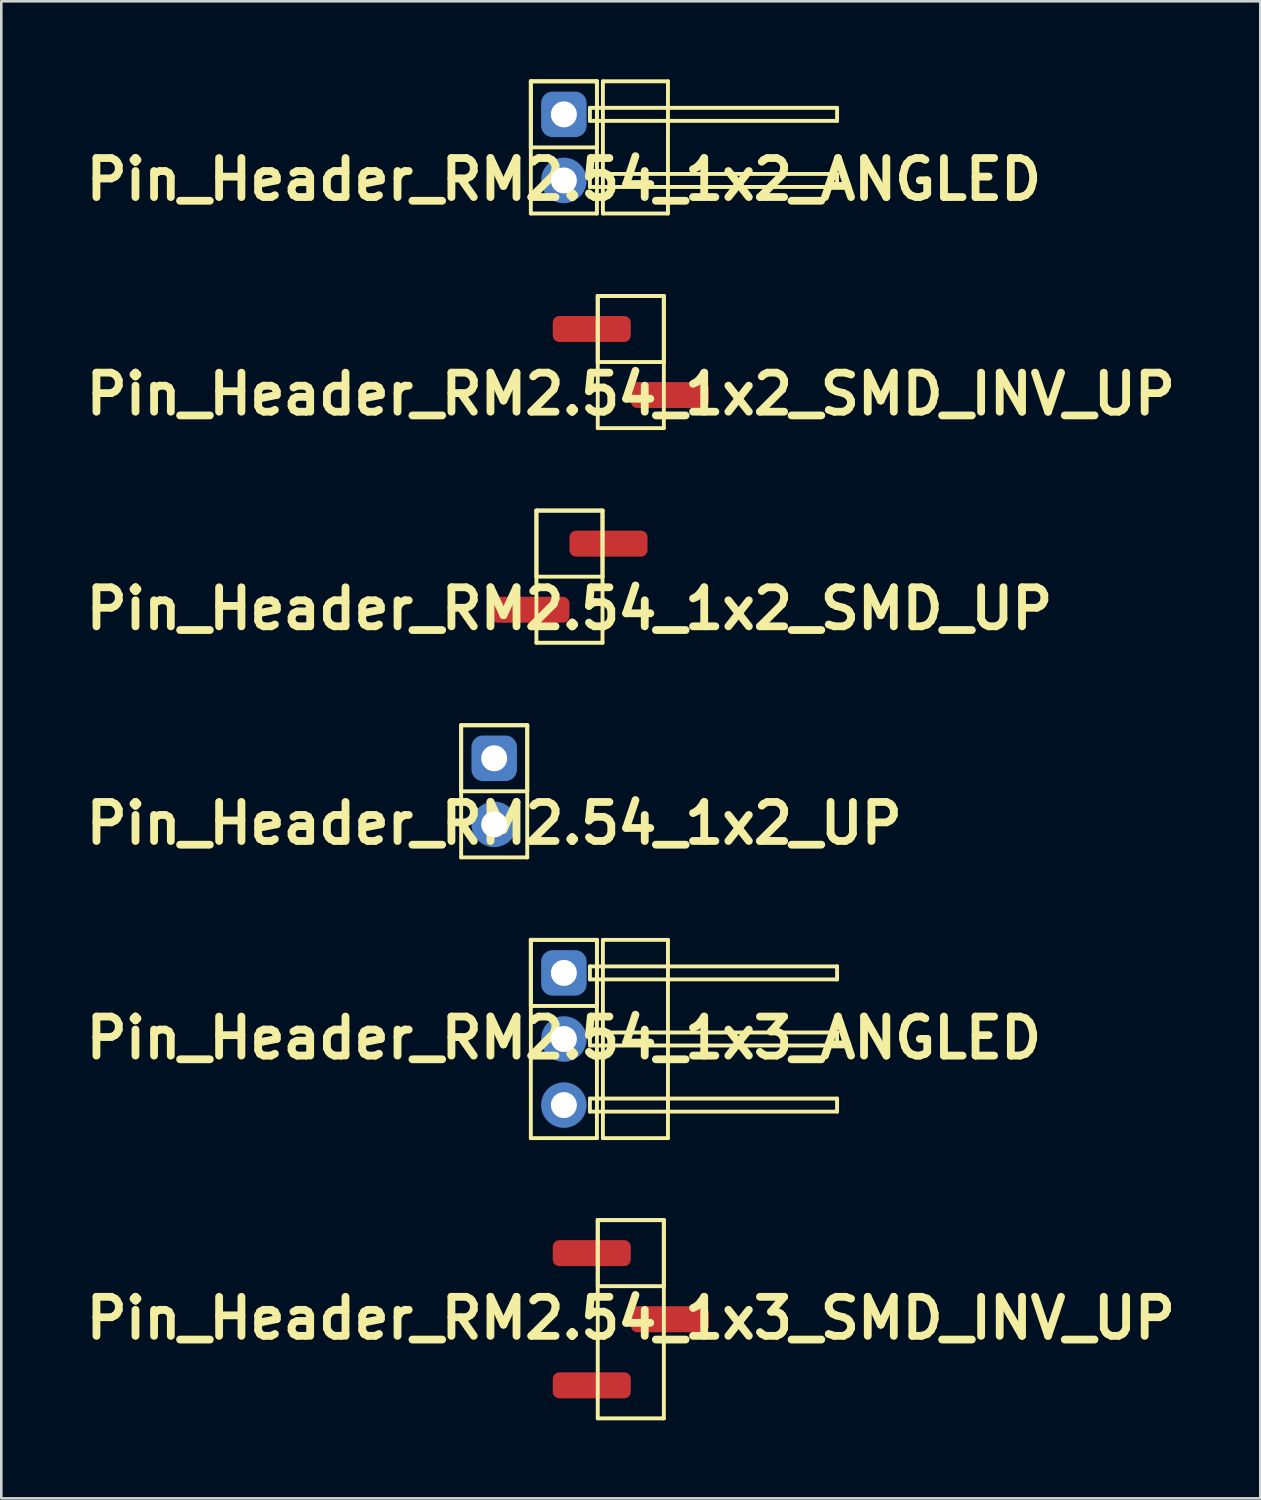
<source format=kicad_pcb>
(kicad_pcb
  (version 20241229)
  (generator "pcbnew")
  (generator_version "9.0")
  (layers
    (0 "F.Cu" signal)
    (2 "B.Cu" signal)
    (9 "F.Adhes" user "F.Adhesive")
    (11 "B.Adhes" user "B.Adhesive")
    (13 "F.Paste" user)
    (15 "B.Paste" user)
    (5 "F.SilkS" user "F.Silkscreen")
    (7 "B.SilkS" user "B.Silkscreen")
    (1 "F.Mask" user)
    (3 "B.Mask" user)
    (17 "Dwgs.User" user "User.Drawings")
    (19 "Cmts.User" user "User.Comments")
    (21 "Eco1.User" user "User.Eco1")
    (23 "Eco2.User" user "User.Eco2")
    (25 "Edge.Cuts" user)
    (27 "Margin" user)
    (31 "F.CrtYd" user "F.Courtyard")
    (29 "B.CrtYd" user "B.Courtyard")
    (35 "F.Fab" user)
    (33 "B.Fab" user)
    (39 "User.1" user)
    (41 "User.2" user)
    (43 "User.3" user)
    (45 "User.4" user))
  (footprint "Pin_Header_RM2.54_1x2_SMD_UP"
    (layer "F.Cu")
    (at 18.836 17.843)
    (property "Reference" "Pin_Header_RM2.54_1x2_SMD_UP" (at 0 2.5 0) (layer "F.SilkS") (effects (font (size 1.5 1.5) (thickness 0.3))))
    (attr through_hole)
    (fp_line (start -1.27 -1.27) (end 1.27 -1.27) (stroke (width 0.15) (type solid)) (layer "F.SilkS"))
    (fp_line (start -1.27 -1.27) (end 1.27 -1.27) (stroke (width 0.15) (type solid)) (layer "F.SilkS"))
    (fp_line (start -1.27 1.27) (end -1.27 -1.27) (stroke (width 0.15) (type solid)) (layer "F.SilkS"))
    (fp_line (start -1.27 3.81) (end -1.27 -1.27) (stroke (width 0.15) (type solid)) (layer "F.SilkS"))
    (fp_line (start 1.27 -1.27) (end 1.27 1.27) (stroke (width 0.15) (type solid)) (layer "F.SilkS"))
    (fp_line (start 1.27 -1.27) (end 1.27 3.81) (stroke (width 0.15) (type solid)) (layer "F.SilkS"))
    (fp_line (start 1.27 1.27) (end -1.27 1.27) (stroke (width 0.15) (type solid)) (layer "F.SilkS"))
    (fp_line (start 1.27 3.81) (end -1.27 3.81) (stroke (width 0.15) (type solid)) (layer "F.SilkS"))
    (pad "1" smd roundrect (at 1.5 0) (size 3 1) (layers "F.Cu" "F.Mask" "F.Paste") (roundrect_rratio 0.25))
    (pad "2" smd roundrect (at -1.5 2.54) (size 3 1) (layers "F.Cu" "F.Mask" "F.Paste") (roundrect_rratio 0.25)))
  (footprint "Pin_Header_RM2.54_1x2_ANGLED"
    (layer "F.Cu")
    (at 18.621 1.345)
    (property "Reference" "Pin_Header_RM2.54_1x2_ANGLED" (at 0 2.5 0) (layer "F.SilkS") (effects (font (size 1.5 1.5) (thickness 0.3))))
    (attr through_hole)
    (fp_line (start -1.27 -1.27) (end 1.27 -1.27) (stroke (width 0.15) (type solid)) (layer "F.SilkS"))
    (fp_line (start -1.27 -1.27) (end 1.27 -1.27) (stroke (width 0.15) (type solid)) (layer "F.SilkS"))
    (fp_line (start -1.27 1.27) (end -1.27 -1.27) (stroke (width 0.15) (type solid)) (layer "F.SilkS"))
    (fp_line (start -1.27 3.81) (end -1.27 -1.27) (stroke (width 0.15) (type solid)) (layer "F.SilkS"))
    (fp_line (start 1 -0.25) (end 10.5 -0.25) (stroke (width 0.15) (type solid)) (layer "F.SilkS"))
    (fp_line (start 1 0.25) (end 1 -0.25) (stroke (width 0.15) (type solid)) (layer "F.SilkS"))
    (fp_line (start 1 2.29) (end 10.5 2.29) (stroke (width 0.15) (type solid)) (layer "F.SilkS"))
    (fp_line (start 1 2.79) (end 1 2.29) (stroke (width 0.15) (type solid)) (layer "F.SilkS"))
    (fp_line (start 1.27 -1.27) (end 1.27 1.27) (stroke (width 0.15) (type solid)) (layer "F.SilkS"))
    (fp_line (start 1.27 -1.27) (end 1.27 3.81) (stroke (width 0.15) (type solid)) (layer "F.SilkS"))
    (fp_line (start 1.27 1.27) (end -1.27 1.27) (stroke (width 0.15) (type solid)) (layer "F.SilkS"))
    (fp_line (start 1.27 3.81) (end -1.27 3.81) (stroke (width 0.15) (type solid)) (layer "F.SilkS"))
    (fp_line (start 1.5 -1.27) (end 4 -1.27) (stroke (width 0.15) (type solid)) (layer "F.SilkS"))
    (fp_line (start 1.5 3.81) (end 1.5 -1.27) (stroke (width 0.15) (type solid)) (layer "F.SilkS"))
    (fp_line (start 4 -1.27) (end 4 3.81) (stroke (width 0.15) (type solid)) (layer "F.SilkS"))
    (fp_line (start 4 3.81) (end 1.5 3.81) (stroke (width 0.15) (type solid)) (layer "F.SilkS"))
    (fp_line (start 10.5 -0.25) (end 10.5 0.25) (stroke (width 0.15) (type solid)) (layer "F.SilkS"))
    (fp_line (start 10.5 0.25) (end 1 0.25) (stroke (width 0.15) (type solid)) (layer "F.SilkS"))
    (fp_line (start 10.5 2.29) (end 10.5 2.79) (stroke (width 0.15) (type solid)) (layer "F.SilkS"))
    (fp_line (start 10.5 2.79) (end 1 2.79) (stroke (width 0.15) (type solid)) (layer "F.SilkS"))
    (pad "1" thru_hole circle (at 0 0) (size 1.3 1.3) (drill 1) (layers "*.Cu" "*.Mask"))
    (pad "1" smd roundrect (at 0 0) (size 1.5 1.5) (layers "F.Cu" "F.Mask") (roundrect_rratio 0.25))
    (pad "1" smd roundrect (at 0 0) (size 1.75 1.75) (layers "B.Cu" "B.Mask") (roundrect_rratio 0.25))
    (pad "2" thru_hole circle (at 0 2.54) (size 1.3 1.3) (drill 1) (layers "*.Cu" "*.Mask"))
    (pad "2" smd circle (at 0 2.54) (size 1.5 1.5) (layers "F.Cu" "F.Mask"))
    (pad "2" smd circle (at 0 2.54) (size 1.75 1.75) (layers "B.Cu" "B.Mask")))
  (footprint "Pin_Header_RM2.54_1x2_UP"
    (layer "F.Cu")
    (at 15.943 26.092)
    (property "Reference" "Pin_Header_RM2.54_1x2_UP" (at 0 2.5 0) (layer "F.SilkS") (effects (font (size 1.5 1.5) (thickness 0.3))))
    (attr through_hole)
    (fp_line (start -1.27 -1.27) (end 1.27 -1.27) (stroke (width 0.15) (type solid)) (layer "F.SilkS"))
    (fp_line (start -1.27 -1.27) (end 1.27 -1.27) (stroke (width 0.15) (type solid)) (layer "F.SilkS"))
    (fp_line (start -1.27 1.27) (end -1.27 -1.27) (stroke (width 0.15) (type solid)) (layer "F.SilkS"))
    (fp_line (start -1.27 3.81) (end -1.27 -1.27) (stroke (width 0.15) (type solid)) (layer "F.SilkS"))
    (fp_line (start 1.27 -1.27) (end 1.27 1.27) (stroke (width 0.15) (type solid)) (layer "F.SilkS"))
    (fp_line (start 1.27 -1.27) (end 1.27 3.81) (stroke (width 0.15) (type solid)) (layer "F.SilkS"))
    (fp_line (start 1.27 1.27) (end -1.27 1.27) (stroke (width 0.15) (type solid)) (layer "F.SilkS"))
    (fp_line (start 1.27 3.81) (end -1.27 3.81) (stroke (width 0.15) (type solid)) (layer "F.SilkS"))
    (pad "1" thru_hole circle (at 0 0) (size 1.3 1.3) (drill 1) (layers "*.Cu" "*.Mask"))
    (pad "1" smd roundrect (at 0 0) (size 1.75 1.75) (layers "B.Cu" "B.Mask") (roundrect_rratio 0.25))
    (pad "2" thru_hole circle (at 0 2.54) (size 1.3 1.3) (drill 1) (layers "*.Cu" "*.Mask"))
    (pad "2" smd circle (at 0 2.54) (size 1.75 1.75) (layers "B.Cu" "B.Mask")))
  (footprint "Pin_Header_RM2.54_1x2_SMD_INV_UP"
    (layer "F.Cu")
    (at 21.193 9.594)
    (property "Reference" "Pin_Header_RM2.54_1x2_SMD_INV_UP" (at 0 2.5 0) (layer "F.SilkS") (effects (font (size 1.5 1.5) (thickness 0.3))))
    (attr through_hole)
    (fp_line (start -1.27 -1.27) (end 1.27 -1.27) (stroke (width 0.15) (type solid)) (layer "F.SilkS"))
    (fp_line (start -1.27 -1.27) (end 1.27 -1.27) (stroke (width 0.15) (type solid)) (layer "F.SilkS"))
    (fp_line (start -1.27 1.27) (end -1.27 -1.27) (stroke (width 0.15) (type solid)) (layer "F.SilkS"))
    (fp_line (start -1.27 3.81) (end -1.27 -1.27) (stroke (width 0.15) (type solid)) (layer "F.SilkS"))
    (fp_line (start 1.27 -1.27) (end 1.27 1.27) (stroke (width 0.15) (type solid)) (layer "F.SilkS"))
    (fp_line (start 1.27 -1.27) (end 1.27 3.81) (stroke (width 0.15) (type solid)) (layer "F.SilkS"))
    (fp_line (start 1.27 1.27) (end -1.27 1.27) (stroke (width 0.15) (type solid)) (layer "F.SilkS"))
    (fp_line (start 1.27 3.81) (end -1.27 3.81) (stroke (width 0.15) (type solid)) (layer "F.SilkS"))
    (pad "1" smd roundrect (at -1.5 0) (size 3 1) (layers "F.Cu" "F.Mask" "F.Paste") (roundrect_rratio 0.25))
    (pad "2" smd roundrect (at 1.5 2.54) (size 3 1) (layers "F.Cu" "F.Mask" "F.Paste") (roundrect_rratio 0.25)))
  (footprint "Pin_Header_RM2.54_1x3_SMD_INV_UP"
    (layer "F.Cu")
    (at 21.193 45.111)
    (property "Reference" "Pin_Header_RM2.54_1x3_SMD_INV_UP" (at 0 2.5 0) (layer "F.SilkS") (effects (font (size 1.5 1.5) (thickness 0.3))))
    (attr through_hole)
    (fp_line (start -1.27 -1.27) (end 1.27 -1.27) (stroke (width 0.15) (type solid)) (layer "F.SilkS"))
    (fp_line (start -1.27 -1.27) (end 1.27 -1.27) (stroke (width 0.15) (type solid)) (layer "F.SilkS"))
    (fp_line (start -1.27 1.27) (end -1.27 -1.27) (stroke (width 0.15) (type solid)) (layer "F.SilkS"))
    (fp_line (start -1.27 6.35) (end -1.27 -1.27) (stroke (width 0.15) (type solid)) (layer "F.SilkS"))
    (fp_line (start 1.27 -1.27) (end 1.27 1.27) (stroke (width 0.15) (type solid)) (layer "F.SilkS"))
    (fp_line (start 1.27 -1.27) (end 1.27 6.35) (stroke (width 0.15) (type solid)) (layer "F.SilkS"))
    (fp_line (start 1.27 1.27) (end -1.27 1.27) (stroke (width 0.15) (type solid)) (layer "F.SilkS"))
    (fp_line (start 1.27 6.35) (end -1.27 6.35) (stroke (width 0.15) (type solid)) (layer "F.SilkS"))
    (pad "1" smd roundrect (at -1.5 0) (size 3 1) (layers "F.Cu" "F.Mask") (roundrect_rratio 0.25))
    (pad "2" smd roundrect (at 1.5 2.54) (size 3 1) (layers "F.Cu" "F.Mask") (roundrect_rratio 0.25))
    (pad "3" smd roundrect (at -1.5 5.08) (size 3 1) (layers "F.Cu" "F.Mask") (roundrect_rratio 0.25)))
  (footprint "Pin_Header_RM2.54_1x3_ANGLED"
    (layer "F.Cu")
    (at 18.621 34.341)
    (property "Reference" "Pin_Header_RM2.54_1x3_ANGLED" (at 0 2.5 0) (layer "F.SilkS") (effects (font (size 1.5 1.5) (thickness 0.3))))
    (attr through_hole)
    (fp_line (start -1.27 -1.27) (end 1.27 -1.27) (stroke (width 0.15) (type solid)) (layer "F.SilkS"))
    (fp_line (start -1.27 -1.27) (end 1.27 -1.27) (stroke (width 0.15) (type solid)) (layer "F.SilkS"))
    (fp_line (start -1.27 1.27) (end -1.27 -1.27) (stroke (width 0.15) (type solid)) (layer "F.SilkS"))
    (fp_line (start -1.27 6.35) (end -1.27 -1.27) (stroke (width 0.15) (type solid)) (layer "F.SilkS"))
    (fp_line (start 1 -0.25) (end 10.5 -0.25) (stroke (width 0.15) (type solid)) (layer "F.SilkS"))
    (fp_line (start 1 0.25) (end 1 -0.25) (stroke (width 0.15) (type solid)) (layer "F.SilkS"))
    (fp_line (start 1 2.29) (end 10.5 2.29) (stroke (width 0.15) (type solid)) (layer "F.SilkS"))
    (fp_line (start 1 2.79) (end 1 2.29) (stroke (width 0.15) (type solid)) (layer "F.SilkS"))
    (fp_line (start 1 4.83) (end 10.5 4.83) (stroke (width 0.15) (type solid)) (layer "F.SilkS"))
    (fp_line (start 1 5.33) (end 1 4.83) (stroke (width 0.15) (type solid)) (layer "F.SilkS"))
    (fp_line (start 1.27 -1.27) (end 1.27 1.27) (stroke (width 0.15) (type solid)) (layer "F.SilkS"))
    (fp_line (start 1.27 -1.27) (end 1.27 6.35) (stroke (width 0.15) (type solid)) (layer "F.SilkS"))
    (fp_line (start 1.27 1.27) (end -1.27 1.27) (stroke (width 0.15) (type solid)) (layer "F.SilkS"))
    (fp_line (start 1.27 6.35) (end -1.27 6.35) (stroke (width 0.15) (type solid)) (layer "F.SilkS"))
    (fp_line (start 1.5 -1.27) (end 4 -1.27) (stroke (width 0.15) (type solid)) (layer "F.SilkS"))
    (fp_line (start 1.5 6.35) (end 1.5 -1.27) (stroke (width 0.15) (type solid)) (layer "F.SilkS"))
    (fp_line (start 4 -1.27) (end 4 6.35) (stroke (width 0.15) (type solid)) (layer "F.SilkS"))
    (fp_line (start 4 6.35) (end 1.5 6.35) (stroke (width 0.15) (type solid)) (layer "F.SilkS"))
    (fp_line (start 10.5 -0.25) (end 10.5 0.25) (stroke (width 0.15) (type solid)) (layer "F.SilkS"))
    (fp_line (start 10.5 0.25) (end 1 0.25) (stroke (width 0.15) (type solid)) (layer "F.SilkS"))
    (fp_line (start 10.5 2.29) (end 10.5 2.79) (stroke (width 0.15) (type solid)) (layer "F.SilkS"))
    (fp_line (start 10.5 2.79) (end 1 2.79) (stroke (width 0.15) (type solid)) (layer "F.SilkS"))
    (fp_line (start 10.5 4.83) (end 10.5 5.33) (stroke (width 0.15) (type solid)) (layer "F.SilkS"))
    (fp_line (start 10.5 5.33) (end 1 5.33) (stroke (width 0.15) (type solid)) (layer "F.SilkS"))
    (pad "1" thru_hole circle (at 0 0) (size 1.3 1.3) (drill 1) (layers "*.Cu" "*.Mask"))
    (pad "1" smd roundrect (at 0 0) (size 1.5 1.5) (layers "F.Cu" "F.Mask") (roundrect_rratio 0.25))
    (pad "1" smd roundrect (at 0 0) (size 1.75 1.75) (layers "B.Cu" "B.Mask") (roundrect_rratio 0.25))
    (pad "2" thru_hole circle (at 0 2.54) (size 1.3 1.3) (drill 1) (layers "*.Cu" "*.Mask"))
    (pad "2" smd circle (at 0 2.54) (size 1.5 1.5) (layers "F.Cu" "F.Mask"))
    (pad "2" smd circle (at 0 2.54) (size 1.75 1.75) (layers "B.Cu" "B.Mask"))
    (pad "3" thru_hole circle (at 0 5.08) (size 1.3 1.3) (drill 1) (layers "*.Cu" "*.Mask"))
    (pad "3" smd circle (at 0 5.08) (size 1.5 1.5) (layers "F.Cu" "F.Mask"))
    (pad "3" smd circle (at 0 5.08) (size 1.75 1.75) (layers "B.Cu" "B.Mask")))
  (gr_rect
    (start -3 -3)
    (end 45.386 54.536)
    (stroke (width 0.1) (type default))
    (fill no)
    (layer "Edge.Cuts")))
</source>
